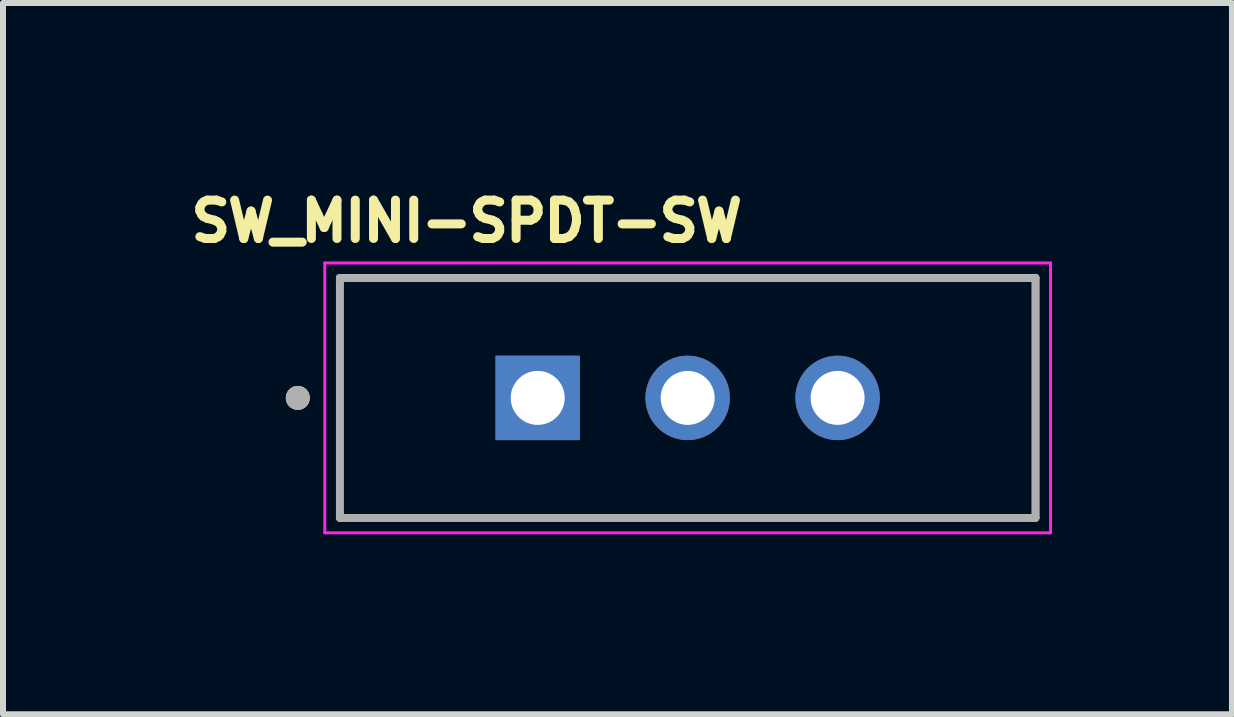
<source format=kicad_pcb>
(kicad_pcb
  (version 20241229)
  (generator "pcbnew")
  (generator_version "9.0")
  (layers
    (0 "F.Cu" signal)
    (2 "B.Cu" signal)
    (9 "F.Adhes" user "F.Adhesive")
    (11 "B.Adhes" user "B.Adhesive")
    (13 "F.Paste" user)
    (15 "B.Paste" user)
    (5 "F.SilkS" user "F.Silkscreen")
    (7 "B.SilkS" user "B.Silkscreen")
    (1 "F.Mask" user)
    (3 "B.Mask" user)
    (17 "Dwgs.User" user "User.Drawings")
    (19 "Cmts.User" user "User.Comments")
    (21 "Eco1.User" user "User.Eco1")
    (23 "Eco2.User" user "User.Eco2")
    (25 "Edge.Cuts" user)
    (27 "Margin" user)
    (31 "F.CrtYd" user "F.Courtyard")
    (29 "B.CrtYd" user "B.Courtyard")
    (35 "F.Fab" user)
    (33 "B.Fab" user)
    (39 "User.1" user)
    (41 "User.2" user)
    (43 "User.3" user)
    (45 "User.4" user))
  (footprint "SW_MINI-SPDT-SW"
    (layer "F.Cu")
    (at 8.415 3.584)
    (property "Reference" "SW_MINI-SPDT-SW" (at -3.683 -2.946 0) (layer "F.SilkS") (effects (font (size 0.64 0.64) (thickness 0.15))))
    (attr through_hole)
    (fp_line (start -5.8 -2) (end -5.8 2) (stroke (width 0.127) (type solid)) (layer "F.SilkS"))
    (fp_line (start -5.8 2) (end 5.8 2) (stroke (width 0.127) (type solid)) (layer "F.SilkS"))
    (fp_line (start 5.8 -2) (end -5.8 -2) (stroke (width 0.127) (type solid)) (layer "F.SilkS"))
    (fp_line (start 5.8 2) (end 5.8 -2) (stroke (width 0.127) (type solid)) (layer "F.SilkS"))
    (fp_circle (center -6.5 0) (end -6.4 0) (stroke (width 0.2) (type solid)) (fill no) (layer "F.SilkS"))
    (fp_line (start -6.05 -2.25) (end -6.05 2.25) (stroke (width 0.05) (type solid)) (layer "F.CrtYd"))
    (fp_line (start -6.05 2.25) (end 6.05 2.25) (stroke (width 0.05) (type solid)) (layer "F.CrtYd"))
    (fp_line (start 6.05 -2.25) (end -6.05 -2.25) (stroke (width 0.05) (type solid)) (layer "F.CrtYd"))
    (fp_line (start 6.05 2.25) (end 6.05 -2.25) (stroke (width 0.05) (type solid)) (layer "F.CrtYd"))
    (fp_line (start -5.8 -2) (end -5.8 2) (stroke (width 0.127) (type solid)) (layer "F.Fab"))
    (fp_line (start -5.8 2) (end 5.8 2) (stroke (width 0.127) (type solid)) (layer "F.Fab"))
    (fp_line (start 5.8 -2) (end -5.8 -2) (stroke (width 0.127) (type solid)) (layer "F.Fab"))
    (fp_line (start 5.8 2) (end 5.8 -2) (stroke (width 0.127) (type solid)) (layer "F.Fab"))
    (fp_circle (center -6.5 0) (end -6.4 0) (stroke (width 0.2) (type solid)) (fill no) (layer "F.Fab"))
    (pad "1" thru_hole rect (at -2.5 0) (size 1.408 1.408) (drill 0.9) (layers "*.Cu" "*.Mask"))
    (pad "2" thru_hole circle (at 0 0) (size 1.408 1.408) (drill 0.9) (layers "*.Cu" "*.Mask"))
    (pad "3" thru_hole circle (at 2.5 0) (size 1.408 1.408) (drill 0.9) (layers "*.Cu" "*.Mask")))
  (gr_rect
    (start -3 -3)
    (end 17.49 8.859)
    (stroke (width 0.1) (type default))
    (fill no)
    (layer "Edge.Cuts")))
</source>
